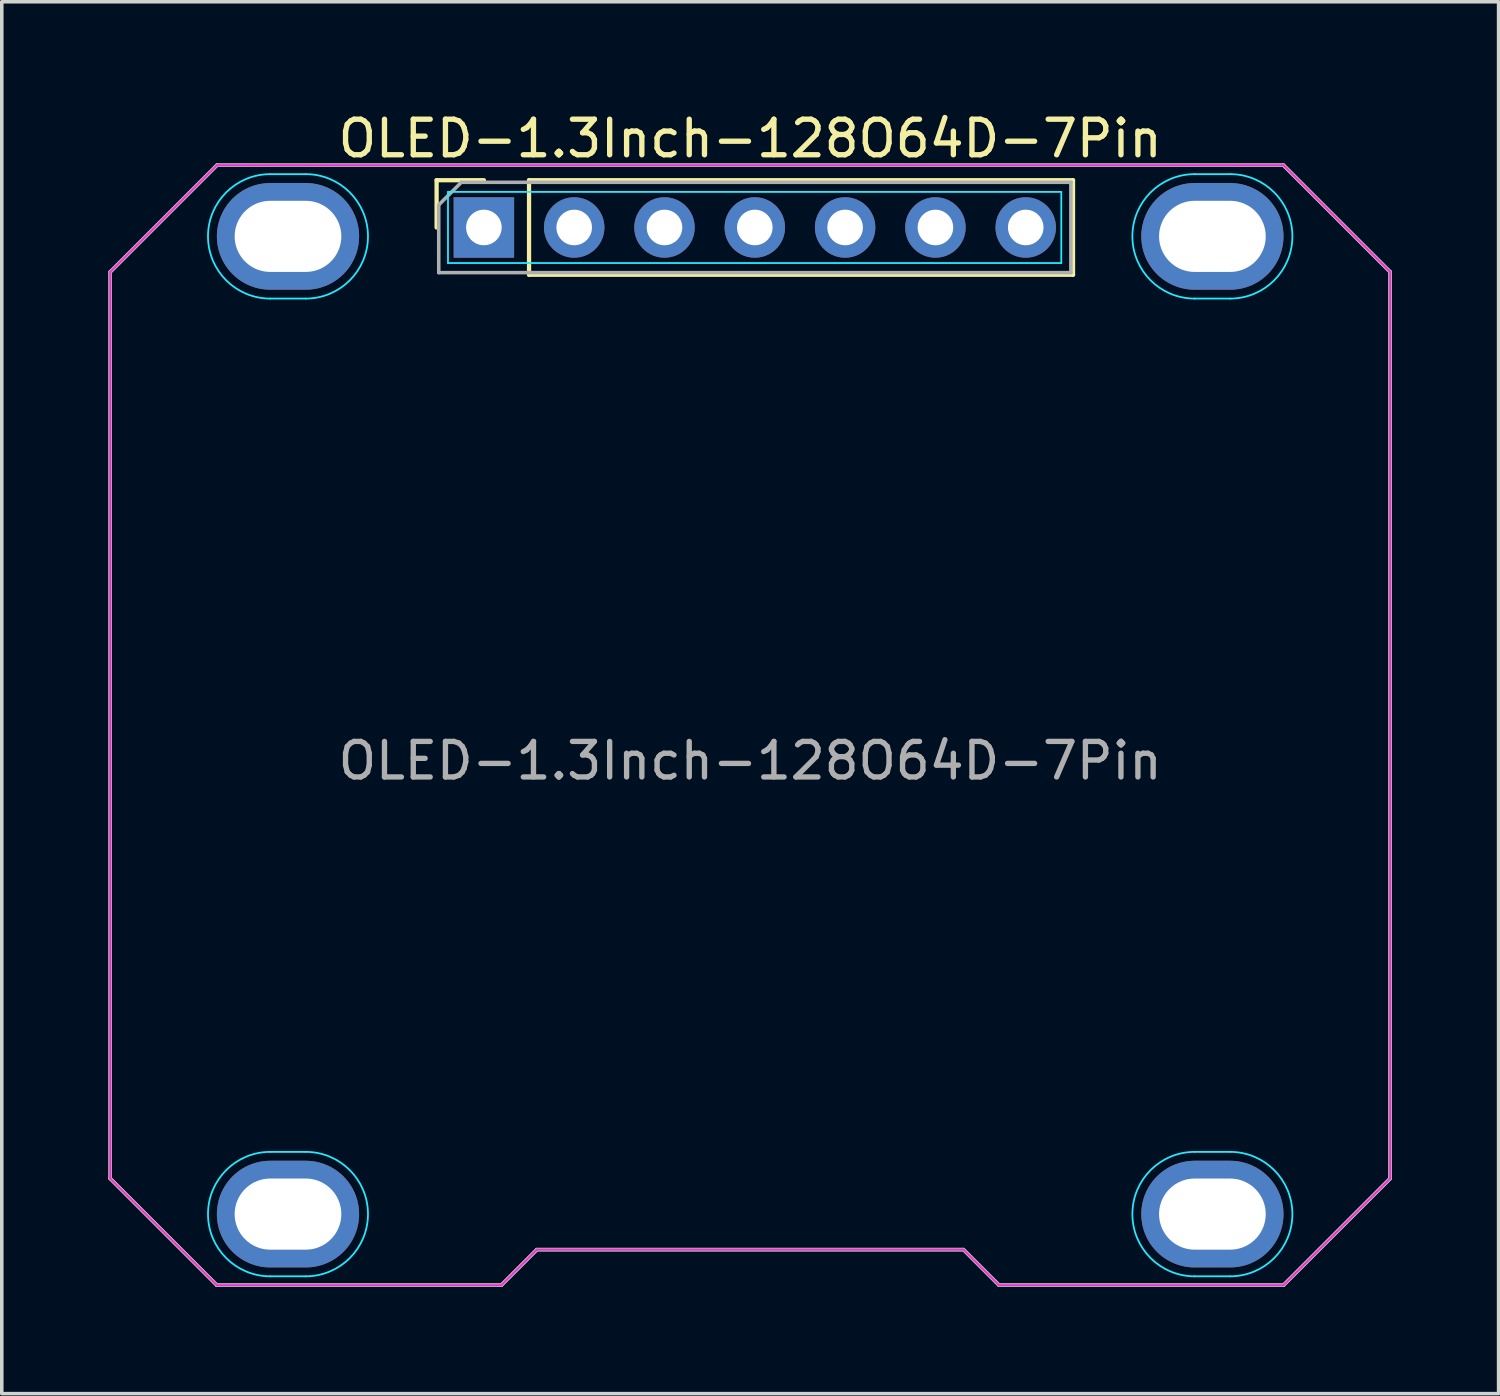
<source format=kicad_pcb>
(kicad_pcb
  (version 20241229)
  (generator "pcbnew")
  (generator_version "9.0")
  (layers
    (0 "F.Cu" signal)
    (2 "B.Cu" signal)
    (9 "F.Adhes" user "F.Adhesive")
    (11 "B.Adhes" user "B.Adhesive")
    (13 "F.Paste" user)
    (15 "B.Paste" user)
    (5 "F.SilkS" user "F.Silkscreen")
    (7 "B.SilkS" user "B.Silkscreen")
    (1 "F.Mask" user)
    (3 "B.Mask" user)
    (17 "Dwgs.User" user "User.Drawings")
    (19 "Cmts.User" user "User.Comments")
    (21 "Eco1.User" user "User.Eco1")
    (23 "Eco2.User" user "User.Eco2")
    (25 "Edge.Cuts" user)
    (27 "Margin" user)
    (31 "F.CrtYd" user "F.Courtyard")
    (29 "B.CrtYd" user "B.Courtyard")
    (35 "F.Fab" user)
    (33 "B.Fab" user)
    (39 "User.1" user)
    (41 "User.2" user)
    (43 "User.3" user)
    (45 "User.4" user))
  (footprint "OLED-1.3Inch-128O64D-7Pin"
    (layer "F.Cu")
    (at 10.56 3.348)
    (property "Reference" "OLED-1.3Inch-128O64D-7Pin" (at 7.49 -2.5 0) (unlocked yes) (layer "F.SilkS") (effects (font (size 1 1) (thickness 0.15))))
    (attr through_hole)
    (fp_line (start -10.51 1.25) (end -10.51 26.75) (stroke (width 0.1) (type default)) (layer "F.SilkS"))
    (fp_line (start -10.51 26.75) (end -7.51 29.75) (stroke (width 0.1) (type default)) (layer "F.SilkS"))
    (fp_line (start -7.51 -1.75) (end -10.51 1.25) (stroke (width 0.1) (type default)) (layer "F.SilkS"))
    (fp_line (start -7.51 29.75) (end 0.49 29.75) (stroke (width 0.1) (type default)) (layer "F.SilkS"))
    (fp_line (start -1.33 -1.33) (end 0 -1.33) (stroke (width 0.12) (type solid)) (layer "F.SilkS"))
    (fp_line (start -1.33 0) (end -1.33 -1.33) (stroke (width 0.12) (type solid)) (layer "F.SilkS"))
    (fp_line (start 0.49 29.75) (end 1.49 28.75) (stroke (width 0.1) (type default)) (layer "F.SilkS"))
    (fp_line (start 1.27 -1.33) (end 16.57 -1.33) (stroke (width 0.12) (type solid)) (layer "F.SilkS"))
    (fp_line (start 1.27 1.33) (end 1.27 -1.33) (stroke (width 0.12) (type solid)) (layer "F.SilkS"))
    (fp_line (start 1.27 1.33) (end 16.57 1.33) (stroke (width 0.12) (type solid)) (layer "F.SilkS"))
    (fp_line (start 1.49 28.75) (end 13.49 28.75) (stroke (width 0.1) (type default)) (layer "F.SilkS"))
    (fp_line (start 13.49 28.75) (end 14.49 29.75) (stroke (width 0.1) (type default)) (layer "F.SilkS"))
    (fp_line (start 14.49 29.75) (end 22.49 29.75) (stroke (width 0.1) (type default)) (layer "F.SilkS"))
    (fp_line (start 16.57 1.33) (end 16.57 -1.33) (stroke (width 0.12) (type solid)) (layer "F.SilkS"))
    (fp_line (start 22.49 -1.75) (end -7.51 -1.75) (stroke (width 0.1) (type default)) (layer "F.SilkS"))
    (fp_line (start 22.49 29.75) (end 25.49 26.75) (stroke (width 0.1) (type default)) (layer "F.SilkS"))
    (fp_line (start 25.49 1.25) (end 22.49 -1.75) (stroke (width 0.1) (type default)) (layer "F.SilkS"))
    (fp_line (start 25.49 26.75) (end 25.49 1.25) (stroke (width 0.1) (type default)) (layer "F.SilkS"))
    (fp_line (start -6.01 -1.5) (end -5.01 -1.5) (stroke (width 0.05) (type default)) (layer "B.CrtYd"))
    (fp_line (start -6.01 2) (end -5.01 2) (stroke (width 0.05) (type default)) (layer "B.CrtYd"))
    (fp_line (start -6.01 26) (end -5.01 26) (stroke (width 0.05) (type default)) (layer "B.CrtYd"))
    (fp_line (start -6.01 29.5) (end -5.01 29.5) (stroke (width 0.05) (type default)) (layer "B.CrtYd"))
    (fp_line (start -1.01 -1) (end -1.01 1) (stroke (width 0.05) (type default)) (layer "B.CrtYd"))
    (fp_line (start -1.01 1) (end 16.24 1) (stroke (width 0.05) (type default)) (layer "B.CrtYd"))
    (fp_line (start 16.24 -1) (end -1.01 -1) (stroke (width 0.05) (type default)) (layer "B.CrtYd"))
    (fp_line (start 16.24 1) (end 16.24 -1) (stroke (width 0.05) (type default)) (layer "B.CrtYd"))
    (fp_line (start 19.99 -1.5) (end 20.99 -1.5) (stroke (width 0.05) (type default)) (layer "B.CrtYd"))
    (fp_line (start 19.99 2) (end 20.99 2) (stroke (width 0.05) (type default)) (layer "B.CrtYd"))
    (fp_line (start 19.99 26) (end 20.99 26) (stroke (width 0.05) (type default)) (layer "B.CrtYd"))
    (fp_line (start 19.99 29.5) (end 20.99 29.5) (stroke (width 0.05) (type default)) (layer "B.CrtYd"))
    (fp_arc (start -6.01 2) (mid -7.76 0.25) (end -6.01 -1.5) (stroke (width 0.05) (type default)) (layer "B.CrtYd"))
    (fp_arc (start -6.01 29.5) (mid -7.76 27.75) (end -6.01 26) (stroke (width 0.05) (type default)) (layer "B.CrtYd"))
    (fp_arc (start -5.01 -1.5) (mid -3.26 0.25) (end -5.01 2) (stroke (width 0.05) (type default)) (layer "B.CrtYd"))
    (fp_arc (start -5.01 26) (mid -3.26 27.75) (end -5.01 29.5) (stroke (width 0.05) (type default)) (layer "B.CrtYd"))
    (fp_arc (start 19.99 2) (mid 18.24 0.25) (end 19.99 -1.5) (stroke (width 0.05) (type default)) (layer "B.CrtYd"))
    (fp_arc (start 19.99 29.5) (mid 18.24 27.75) (end 19.99 26) (stroke (width 0.05) (type default)) (layer "B.CrtYd"))
    (fp_arc (start 20.99 -1.5) (mid 22.74 0.25) (end 20.99 2) (stroke (width 0.05) (type default)) (layer "B.CrtYd"))
    (fp_arc (start 20.99 26) (mid 22.74 27.75) (end 20.99 29.5) (stroke (width 0.05) (type default)) (layer "B.CrtYd"))
    (fp_line (start -10.51 1.25) (end -7.51 -1.75) (stroke (width 0.05) (type default)) (layer "F.CrtYd"))
    (fp_line (start -10.51 26.75) (end -10.51 1.25) (stroke (width 0.05) (type default)) (layer "F.CrtYd"))
    (fp_line (start -7.51 -1.75) (end 22.49 -1.75) (stroke (width 0.05) (type default)) (layer "F.CrtYd"))
    (fp_line (start -7.51 29.75) (end -10.51 26.75) (stroke (width 0.05) (type default)) (layer "F.CrtYd"))
    (fp_line (start -7.51 29.75) (end 0.49 29.75) (stroke (width 0.05) (type default)) (layer "F.CrtYd"))
    (fp_line (start 0.49 29.75) (end 1.49 28.75) (stroke (width 0.05) (type default)) (layer "F.CrtYd"))
    (fp_line (start 1.49 28.75) (end 13.49 28.75) (stroke (width 0.05) (type default)) (layer "F.CrtYd"))
    (fp_line (start 13.49 28.75) (end 14.49 29.75) (stroke (width 0.05) (type default)) (layer "F.CrtYd"))
    (fp_line (start 14.49 29.75) (end 22.49 29.75) (stroke (width 0.05) (type default)) (layer "F.CrtYd"))
    (fp_line (start 22.49 -1.75) (end 25.49 1.25) (stroke (width 0.05) (type default)) (layer "F.CrtYd"))
    (fp_line (start 25.49 1.25) (end 25.49 26.75) (stroke (width 0.05) (type default)) (layer "F.CrtYd"))
    (fp_line (start 25.49 26.75) (end 22.49 29.75) (stroke (width 0.05) (type default)) (layer "F.CrtYd"))
    (fp_line (start -10.51 1.25) (end -10.51 26.75) (stroke (width 0.1) (type default)) (layer "F.Fab"))
    (fp_line (start -10.51 26.75) (end -7.51 29.75) (stroke (width 0.1) (type default)) (layer "F.Fab"))
    (fp_line (start -7.51 -1.75) (end -10.51 1.25) (stroke (width 0.1) (type default)) (layer "F.Fab"))
    (fp_line (start -7.51 29.75) (end 0.49 29.75) (stroke (width 0.1) (type default)) (layer "F.Fab"))
    (fp_line (start -1.27 -0.635) (end -0.635 -1.27) (stroke (width 0.1) (type solid)) (layer "F.Fab"))
    (fp_line (start -1.27 1.27) (end -1.27 -0.635) (stroke (width 0.1) (type solid)) (layer "F.Fab"))
    (fp_line (start -0.635 -1.27) (end 16.51 -1.27) (stroke (width 0.1) (type solid)) (layer "F.Fab"))
    (fp_line (start 0.49 29.75) (end 1.49 28.75) (stroke (width 0.1) (type default)) (layer "F.Fab"))
    (fp_line (start 1.49 28.75) (end 13.49 28.75) (stroke (width 0.1) (type default)) (layer "F.Fab"))
    (fp_line (start 13.49 28.75) (end 14.49 29.75) (stroke (width 0.1) (type default)) (layer "F.Fab"))
    (fp_line (start 14.49 29.75) (end 22.49 29.75) (stroke (width 0.1) (type default)) (layer "F.Fab"))
    (fp_line (start 16.51 -1.27) (end 16.51 1.27) (stroke (width 0.1) (type solid)) (layer "F.Fab"))
    (fp_line (start 16.51 1.27) (end -1.27 1.27) (stroke (width 0.1) (type solid)) (layer "F.Fab"))
    (fp_line (start 22.49 -1.75) (end -7.51 -1.75) (stroke (width 0.1) (type default)) (layer "F.Fab"))
    (fp_line (start 22.49 29.75) (end 25.49 26.75) (stroke (width 0.1) (type default)) (layer "F.Fab"))
    (fp_line (start 25.49 1.25) (end 22.49 -1.75) (stroke (width 0.1) (type default)) (layer "F.Fab"))
    (fp_line (start 25.49 26.75) (end 25.49 1.25) (stroke (width 0.1) (type default)) (layer "F.Fab"))
    (fp_text user "${REFERENCE}" (at 7.49 15 0) (unlocked yes) (layer "F.Fab") (effects (font (size 1 1) (thickness 0.15))))
    (pad "" thru_hole oval (at -5.51 0.25) (size 4 3) (drill oval 3 2) (layers "*.Cu" "*.Mask"))
    (pad "" thru_hole oval (at -5.51 27.75) (size 4 3) (drill oval 3 2) (layers "*.Cu" "*.Mask"))
    (pad "" thru_hole oval (at 20.49 0.25) (size 4 3) (drill oval 3 2) (layers "*.Cu" "*.Mask"))
    (pad "" thru_hole oval (at 20.49 27.75) (size 4 3) (drill oval 3 2) (layers "*.Cu" "*.Mask"))
    (pad "1" thru_hole rect (at 0 0 90) (size 1.7 1.7) (drill 1) (layers "*.Cu" "*.Mask"))
    (pad "2" thru_hole oval (at 2.54 0 90) (size 1.7 1.7) (drill 1) (layers "*.Cu" "*.Mask"))
    (pad "3" thru_hole oval (at 5.08 0 90) (size 1.7 1.7) (drill 1) (layers "*.Cu" "*.Mask"))
    (pad "4" thru_hole oval (at 7.62 0 90) (size 1.7 1.7) (drill 1) (layers "*.Cu" "*.Mask"))
    (pad "5" thru_hole oval (at 10.16 0 90) (size 1.7 1.7) (drill 1) (layers "*.Cu" "*.Mask"))
    (pad "6" thru_hole oval (at 12.7 0 90) (size 1.7 1.7) (drill 1) (layers "*.Cu" "*.Mask"))
    (pad "7" thru_hole oval (at 15.24 0 90) (size 1.7 1.7) (drill 1) (layers "*.Cu" "*.Mask")))
  (gr_rect
    (start -3 -3)
    (end 39.1 36.148)
    (stroke (width 0.1) (type default))
    (fill no)
    (layer "Edge.Cuts")))
</source>
